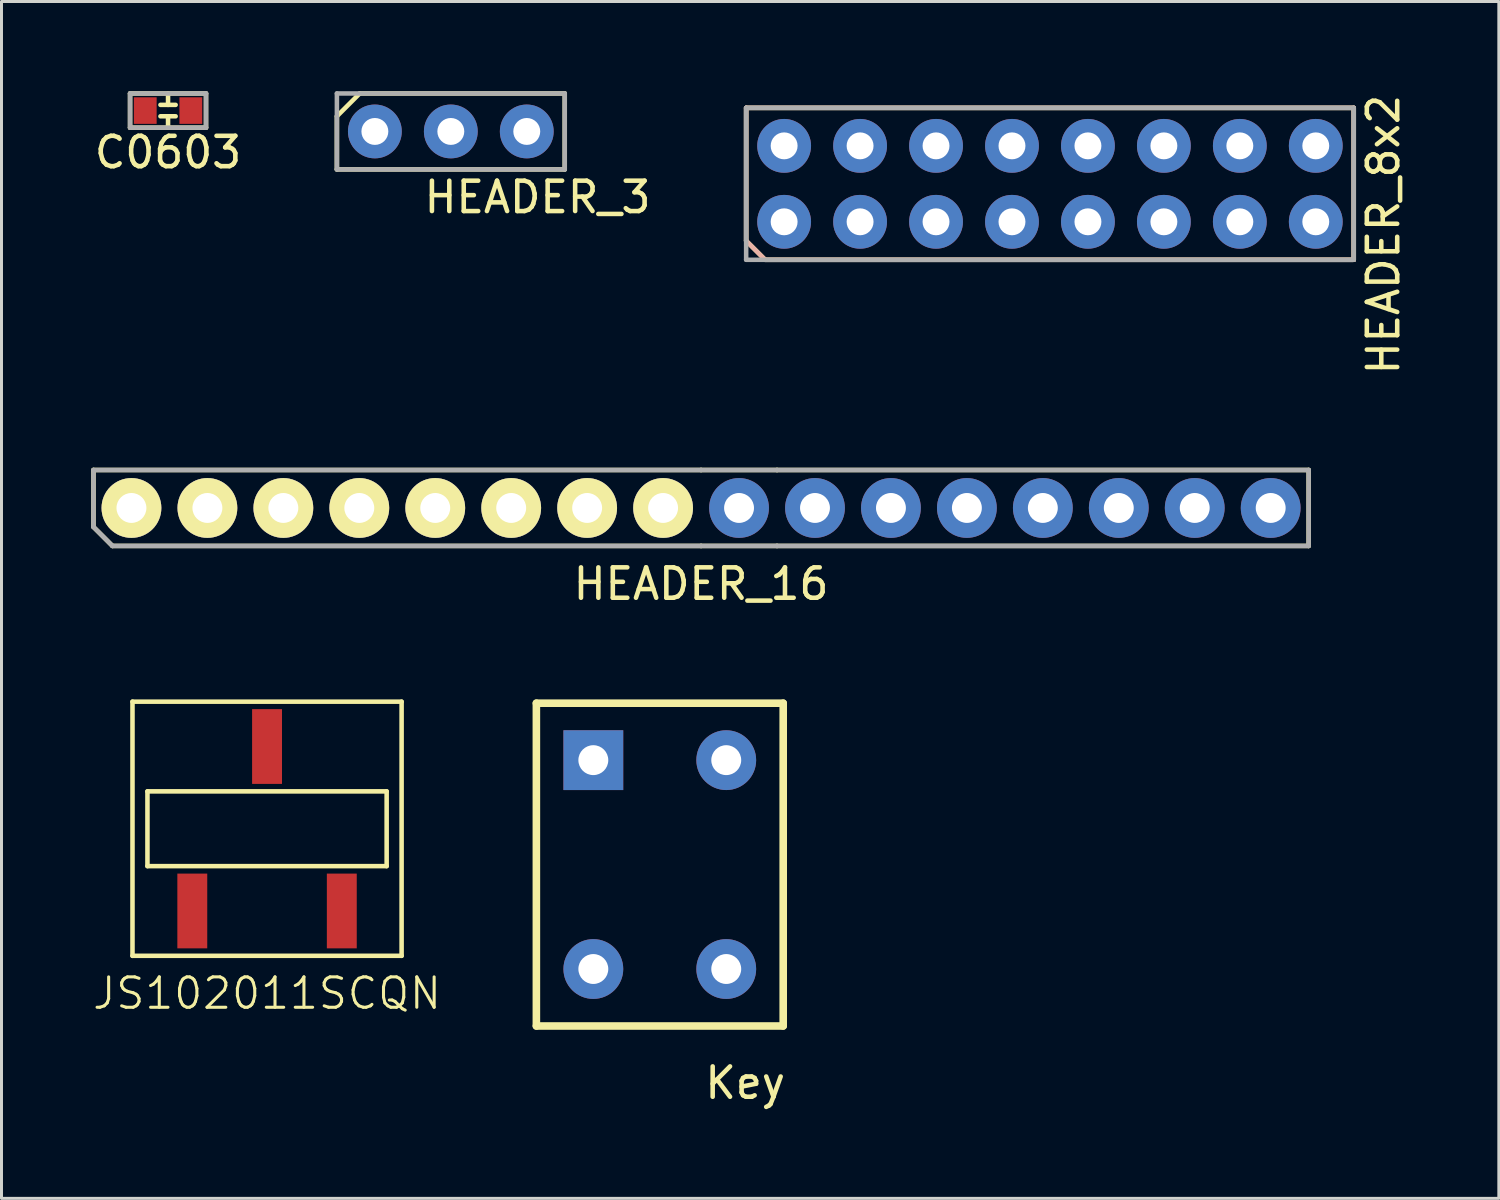
<source format=kicad_pcb>
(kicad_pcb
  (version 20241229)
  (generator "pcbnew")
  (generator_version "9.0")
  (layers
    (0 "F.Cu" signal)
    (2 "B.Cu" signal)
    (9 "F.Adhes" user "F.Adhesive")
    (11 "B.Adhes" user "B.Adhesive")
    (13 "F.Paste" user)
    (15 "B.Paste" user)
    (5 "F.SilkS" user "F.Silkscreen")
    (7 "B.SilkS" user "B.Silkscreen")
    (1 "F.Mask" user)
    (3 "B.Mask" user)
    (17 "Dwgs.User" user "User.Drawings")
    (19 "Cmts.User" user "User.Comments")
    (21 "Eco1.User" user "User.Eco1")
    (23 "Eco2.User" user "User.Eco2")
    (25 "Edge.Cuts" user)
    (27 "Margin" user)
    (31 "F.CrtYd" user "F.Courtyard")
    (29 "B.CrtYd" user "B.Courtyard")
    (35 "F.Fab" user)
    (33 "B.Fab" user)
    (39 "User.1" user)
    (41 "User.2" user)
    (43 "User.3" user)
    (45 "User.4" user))
  (footprint "HEADER_8x2"
    (layer "F.Cu")
    (at 32.064 3.098)
    (property "Reference" "HEADER_8x2" (at 11.151 1.698 90) (layer "F.SilkS") (effects (font (size 1.016 1.016) (thickness 0.152))))
    (attr through_hole)
    (fp_line (start -10.16 -2.54) (end 10.16 -2.54) (stroke (width 0.152) (type solid)) (layer "F.SilkS"))
    (fp_line (start -10.16 1.905) (end -10.16 -2.54) (stroke (width 0.152) (type solid)) (layer "F.SilkS"))
    (fp_line (start -9.525 2.54) (end -10.16 1.905) (stroke (width 0.152) (type solid)) (layer "F.SilkS"))
    (fp_line (start 10.16 -2.54) (end 10.16 2.54) (stroke (width 0.152) (type solid)) (layer "F.SilkS"))
    (fp_line (start 10.16 2.54) (end -9.525 2.54) (stroke (width 0.152) (type solid)) (layer "F.SilkS"))
    (fp_line (start -10.16 -2.54) (end 10.16 -2.54) (stroke (width 0.152) (type solid)) (layer "B.SilkS"))
    (fp_line (start -10.16 1.905) (end -10.16 -2.54) (stroke (width 0.152) (type solid)) (layer "B.SilkS"))
    (fp_line (start -9.525 2.54) (end -10.16 1.905) (stroke (width 0.152) (type solid)) (layer "B.SilkS"))
    (fp_line (start 10.16 -2.54) (end 10.16 2.54) (stroke (width 0.152) (type solid)) (layer "B.SilkS"))
    (fp_line (start 10.16 2.54) (end -9.525 2.54) (stroke (width 0.152) (type solid)) (layer "B.SilkS"))
    (fp_line (start -10.16 -2.54) (end -10.16 2.54) (stroke (width 0.152) (type solid)) (layer "F.Fab"))
    (fp_line (start -10.16 2.54) (end 10.16 2.54) (stroke (width 0.152) (type solid)) (layer "F.Fab"))
    (fp_line (start 10.16 -2.54) (end -10.16 -2.54) (stroke (width 0.152) (type solid)) (layer "F.Fab"))
    (fp_line (start 10.16 2.54) (end 10.16 -2.54) (stroke (width 0.152) (type solid)) (layer "F.Fab"))
    (pad "1" thru_hole circle (at -8.89 1.27 90) (size 1.8 1.8) (drill 0.9) (layers "*.Cu" "*.Mask"))
    (pad "2" thru_hole circle (at -8.89 -1.27 90) (size 1.8 1.8) (drill 0.9) (layers "*.Cu" "*.Mask"))
    (pad "3" thru_hole circle (at -6.35 1.27 90) (size 1.8 1.8) (drill 0.9) (layers "*.Cu" "*.Mask"))
    (pad "4" thru_hole circle (at -6.35 -1.27 90) (size 1.8 1.8) (drill 0.9) (layers "*.Cu" "*.Mask"))
    (pad "5" thru_hole circle (at -3.81 1.27 90) (size 1.8 1.8) (drill 0.9) (layers "*.Cu" "*.Mask"))
    (pad "6" thru_hole circle (at -3.81 -1.27 90) (size 1.8 1.8) (drill 0.9) (layers "*.Cu" "*.Mask"))
    (pad "7" thru_hole circle (at -1.27 1.27 90) (size 1.8 1.8) (drill 0.9) (layers "*.Cu" "*.Mask"))
    (pad "8" thru_hole circle (at -1.27 -1.27 90) (size 1.8 1.8) (drill 0.9) (layers "*.Cu" "*.Mask"))
    (pad "9" thru_hole circle (at 1.27 1.27 90) (size 1.8 1.8) (drill 0.9) (layers "*.Cu" "*.Mask"))
    (pad "10" thru_hole circle (at 1.27 -1.27 90) (size 1.8 1.8) (drill 0.9) (layers "*.Cu" "*.Mask"))
    (pad "11" thru_hole circle (at 3.81 1.27 90) (size 1.8 1.8) (drill 0.9) (layers "*.Cu" "*.Mask"))
    (pad "12" thru_hole circle (at 3.81 -1.27 90) (size 1.8 1.8) (drill 0.9) (layers "*.Cu" "*.Mask"))
    (pad "13" thru_hole circle (at 6.35 1.27 90) (size 1.8 1.8) (drill 0.9) (layers "*.Cu" "*.Mask"))
    (pad "14" thru_hole circle (at 6.35 -1.27 90) (size 1.8 1.8) (drill 0.9) (layers "*.Cu" "*.Mask"))
    (pad "15" thru_hole circle (at 8.89 1.27 90) (size 1.8 1.8) (drill 0.9) (layers "*.Cu" "*.Mask"))
    (pad "16" thru_hole circle (at 8.89 -1.27 90) (size 1.8 1.8) (drill 0.9) (layers "*.Cu" "*.Mask")))
  (footprint "HEADER_3"
    (layer "F.Cu")
    (at 12.027 1.346)
    (property "Reference" "HEADER_3" (at 2.9 2.2 0) (layer "F.SilkS") (effects (font (size 1.016 1.016) (thickness 0.152))))
    (attr through_hole)
    (fp_line (start -3.81 -0.508) (end -3.81 1.27) (stroke (width 0.152) (type solid)) (layer "F.SilkS"))
    (fp_line (start -3.048 -1.27) (end -3.81 -0.508) (stroke (width 0.152) (type solid)) (layer "F.SilkS"))
    (fp_line (start -3.048 -1.27) (end 3.81 -1.27) (stroke (width 0.152) (type solid)) (layer "F.SilkS"))
    (fp_line (start 3.81 -1.27) (end 3.81 1.27) (stroke (width 0.152) (type solid)) (layer "F.SilkS"))
    (fp_line (start 3.81 1.27) (end -3.81 1.27) (stroke (width 0.152) (type solid)) (layer "F.SilkS"))
    (fp_line (start -3.81 -1.27) (end 3.81 -1.27) (stroke (width 0.152) (type solid)) (layer "F.Fab"))
    (fp_line (start -3.81 1.27) (end -3.81 -1.27) (stroke (width 0.152) (type solid)) (layer "F.Fab"))
    (fp_line (start 3.81 -1.27) (end 3.81 1.27) (stroke (width 0.152) (type solid)) (layer "F.Fab"))
    (fp_line (start 3.81 1.27) (end -3.81 1.27) (stroke (width 0.152) (type solid)) (layer "F.Fab"))
    (pad "1" thru_hole circle (at -2.54 0) (size 1.8 1.8) (drill 0.9) (layers "*.Cu" "*.Mask"))
    (pad "2" thru_hole circle (at 0 0) (size 1.8 1.8) (drill 0.9) (layers "*.Cu" "*.Mask"))
    (pad "3" thru_hole circle (at 2.54 0) (size 1.8 1.8) (drill 0.9) (layers "*.Cu" "*.Mask")))
  (footprint "HEADER_16"
    (layer "F.Cu")
    (at 20.396 13.938)
    (property "Reference" "HEADER_16" (at 0 2.54 0) (layer "F.SilkS") (effects (font (size 1.016 1.016) (thickness 0.152))))
    (attr through_hole)
    (fp_line (start -20.32 -1.27) (end 0 -1.27) (stroke (width 0.152) (type solid)) (layer "F.SilkS"))
    (fp_line (start -20.32 0.635) (end -20.32 -1.27) (stroke (width 0.152) (type solid)) (layer "F.SilkS"))
    (fp_line (start -20.32 0.635) (end -19.685 1.27) (stroke (width 0.152) (type solid)) (layer "F.SilkS"))
    (fp_line (start 0 -1.27) (end 2.54 -1.27) (stroke (width 0.152) (type solid)) (layer "F.SilkS"))
    (fp_line (start 0 1.27) (end -19.685 1.27) (stroke (width 0.152) (type solid)) (layer "F.SilkS"))
    (fp_line (start 0 1.27) (end 2.54 1.27) (stroke (width 0.152) (type solid)) (layer "F.SilkS"))
    (fp_line (start 2.54 -1.27) (end 20.32 -1.27) (stroke (width 0.152) (type solid)) (layer "F.SilkS"))
    (fp_line (start 20.32 1.27) (end 2.54 1.27) (stroke (width 0.152) (type solid)) (layer "F.SilkS"))
    (fp_line (start 20.32 1.27) (end 20.32 -1.27) (stroke (width 0.152) (type solid)) (layer "F.SilkS"))
    (fp_line (start -20.32 -1.27) (end 0 -1.27) (stroke (width 0.152) (type solid)) (layer "F.Fab"))
    (fp_line (start -20.32 0.635) (end -20.32 -1.27) (stroke (width 0.152) (type solid)) (layer "F.Fab"))
    (fp_line (start -19.685 1.27) (end -20.32 0.635) (stroke (width 0.152) (type solid)) (layer "F.Fab"))
    (fp_line (start -19.685 1.27) (end 0 1.27) (stroke (width 0.152) (type solid)) (layer "F.Fab"))
    (fp_line (start 0 -1.27) (end 2.54 -1.27) (stroke (width 0.152) (type solid)) (layer "F.Fab"))
    (fp_line (start 0 1.27) (end 2.54 1.27) (stroke (width 0.152) (type solid)) (layer "F.Fab"))
    (fp_line (start 2.54 -1.27) (end 20.32 -1.27) (stroke (width 0.152) (type solid)) (layer "F.Fab"))
    (fp_line (start 20.32 -1.27) (end 20.32 1.27) (stroke (width 0.152) (type solid)) (layer "F.Fab"))
    (fp_line (start 20.32 1.27) (end 2.54 1.27) (stroke (width 0.152) (type solid)) (layer "F.Fab"))
    (pad "1" thru_hole circle (at -19.05 0) (size 2 2) (drill 1) (layers "*.Cu" "*.Mask" "F.SilkS"))
    (pad "2" thru_hole circle (at -16.51 0) (size 2 2) (drill 1) (layers "*.Cu" "*.Mask" "F.SilkS"))
    (pad "3" thru_hole circle (at -13.97 0) (size 2 2) (drill 1) (layers "*.Cu" "*.Mask" "F.SilkS"))
    (pad "4" thru_hole circle (at -11.43 0) (size 2 2) (drill 1) (layers "*.Cu" "*.Mask" "F.SilkS"))
    (pad "5" thru_hole circle (at -8.89 0) (size 2 2) (drill 1) (layers "*.Cu" "*.Mask" "F.SilkS"))
    (pad "6" thru_hole circle (at -6.35 0) (size 2 2) (drill 1) (layers "*.Cu" "*.Mask" "F.SilkS"))
    (pad "7" thru_hole circle (at -3.81 0) (size 2 2) (drill 1) (layers "*.Cu" "*.Mask" "F.SilkS"))
    (pad "8" thru_hole circle (at -1.27 0) (size 2 2) (drill 1) (layers "*.Cu" "*.Mask" "F.SilkS"))
    (pad "9" thru_hole circle (at 1.27 0) (size 2 2) (drill 1) (layers "*.Cu" "*.Mask"))
    (pad "10" thru_hole circle (at 3.81 0) (size 2 2) (drill 1) (layers "*.Cu" "*.Mask"))
    (pad "11" thru_hole circle (at 6.35 0) (size 2 2) (drill 1) (layers "*.Cu" "*.Mask"))
    (pad "12" thru_hole circle (at 8.89 0) (size 2 2) (drill 1) (layers "*.Cu" "*.Mask"))
    (pad "13" thru_hole circle (at 11.43 0) (size 2 2) (drill 1) (layers "*.Cu" "*.Mask"))
    (pad "14" thru_hole circle (at 13.97 0) (size 2 2) (drill 1) (layers "*.Cu" "*.Mask"))
    (pad "15" thru_hole circle (at 16.51 0) (size 2 2) (drill 1) (layers "*.Cu" "*.Mask"))
    (pad "16" thru_hole circle (at 19.05 0) (size 2 2) (drill 1) (layers "*.Cu" "*.Mask")))
  (footprint "JS102011SCQN"
    (layer "F.Cu")
    (at 5.881 21.916)
    (property "Reference" "JS102011SCQN" (at 0 8.255 0) (layer "F.SilkS") (effects (font (size 1.016 1.016) (thickness 0.102))))
    (attr smd)
    (fp_line (start -4.5 -1.5) (end 4.5 -1.5) (stroke (width 0.152) (type solid)) (layer "F.SilkS"))
    (fp_line (start -4.5 7) (end -4.5 -1.5) (stroke (width 0.152) (type solid)) (layer "F.SilkS"))
    (fp_line (start -4 1.5) (end -4 4) (stroke (width 0.152) (type solid)) (layer "F.SilkS"))
    (fp_line (start -4 4) (end 4 4) (stroke (width 0.152) (type solid)) (layer "F.SilkS"))
    (fp_line (start 4 1.5) (end -4 1.5) (stroke (width 0.152) (type solid)) (layer "F.SilkS"))
    (fp_line (start 4 4) (end 4 1.5) (stroke (width 0.152) (type solid)) (layer "F.SilkS"))
    (fp_line (start 4.5 -1.5) (end 4.5 7) (stroke (width 0.152) (type solid)) (layer "F.SilkS"))
    (fp_line (start 4.5 7) (end -4.5 7) (stroke (width 0.152) (type solid)) (layer "F.SilkS"))
    (pad "1" smd rect (at -2.5 5.5) (size 1 2.5) (layers "F.Cu" "F.Mask" "F.Paste"))
    (pad "2" smd rect (at 0 0) (size 1 2.5) (layers "F.Cu" "F.Mask" "F.Paste"))
    (pad "3" smd rect (at 2.5 5.5) (size 1 2.5) (layers "F.Cu" "F.Mask" "F.Paste")))
  (footprint "Key"
    (layer "F.Cu")
    (at 16.793 22.372)
    (property "Reference" "Key" (at 5.08 10.795 0) (layer "F.SilkS") (effects (font (size 1.016 1.016) (thickness 0.152))))
    (attr through_hole)
    (fp_line (start -1.905 -1.905) (end 6.35 -1.905) (stroke (width 0.254) (type solid)) (layer "F.SilkS"))
    (fp_line (start -1.905 8.89) (end -1.905 -1.905) (stroke (width 0.254) (type solid)) (layer "F.SilkS"))
    (fp_line (start -1.905 8.89) (end 6.35 8.89) (stroke (width 0.254) (type solid)) (layer "F.SilkS"))
    (fp_line (start 6.35 8.89) (end 6.35 -1.905) (stroke (width 0.254) (type solid)) (layer "F.SilkS"))
    (pad "1" thru_hole rect (at 0 0) (size 2 2) (drill 1) (layers "*.Cu" "*.Mask"))
    (pad "2" thru_hole circle (at 4.445 0) (size 2 2) (drill 1) (layers "*.Cu" "*.Mask"))
    (pad "~" thru_hole circle (at 0 6.985) (size 2 2) (drill 1) (layers "*.Cu" "*.Mask"))
    (pad "~" thru_hole circle (at 4.445 6.985) (size 2 2) (drill 1) (layers "*.Cu" "*.Mask")))
  (footprint "C0603"
    (layer "F.Cu")
    (at 2.57 0.648)
    (property "Reference" "C0603" (at 0 1.397 0) (layer "F.SilkS") (effects (font (size 1.016 1.016) (thickness 0.152))))
    (attr smd)
    (fp_line (start -1.27 -0.572) (end -1.27 0.572) (stroke (width 0.152) (type solid)) (layer "F.SilkS"))
    (fp_line (start -1.27 0.572) (end 1.27 0.572) (stroke (width 0.152) (type solid)) (layer "F.SilkS"))
    (fp_line (start -0.254 -0.191) (end 0.254 -0.191) (stroke (width 0.152) (type solid)) (layer "F.SilkS"))
    (fp_line (start -0.254 0.191) (end 0.254 0.191) (stroke (width 0.152) (type solid)) (layer "F.SilkS"))
    (fp_line (start 0 -0.191) (end 0 -0.572) (stroke (width 0.152) (type solid)) (layer "F.SilkS"))
    (fp_line (start 0 0.191) (end 0 0.572) (stroke (width 0.152) (type solid)) (layer "F.SilkS"))
    (fp_line (start 1.27 -0.572) (end -1.27 -0.572) (stroke (width 0.152) (type solid)) (layer "F.SilkS"))
    (fp_line (start 1.27 0.572) (end 1.27 -0.572) (stroke (width 0.152) (type solid)) (layer "F.SilkS"))
    (fp_line (start -1.27 -0.572) (end -1.27 0.572) (stroke (width 0.152) (type solid)) (layer "F.Fab"))
    (fp_line (start -1.27 0.572) (end 1.27 0.572) (stroke (width 0.152) (type solid)) (layer "F.Fab"))
    (fp_line (start 1.27 -0.572) (end -1.27 -0.572) (stroke (width 0.152) (type solid)) (layer "F.Fab"))
    (fp_line (start 1.27 0.572) (end 1.27 -0.572) (stroke (width 0.152) (type solid)) (layer "F.Fab"))
    (pad "1" smd rect (at -0.762 0) (size 0.762 0.889) (layers "F.Cu" "F.Mask" "F.Paste"))
    (pad "2" smd rect (at 0.762 0) (size 0.762 0.889) (layers "F.Cu" "F.Mask" "F.Paste")))
  (gr_rect
    (start -3 -3)
    (end 47.076 37.028)
    (stroke (width 0.1) (type default))
    (fill no)
    (layer "Edge.Cuts")))
</source>
